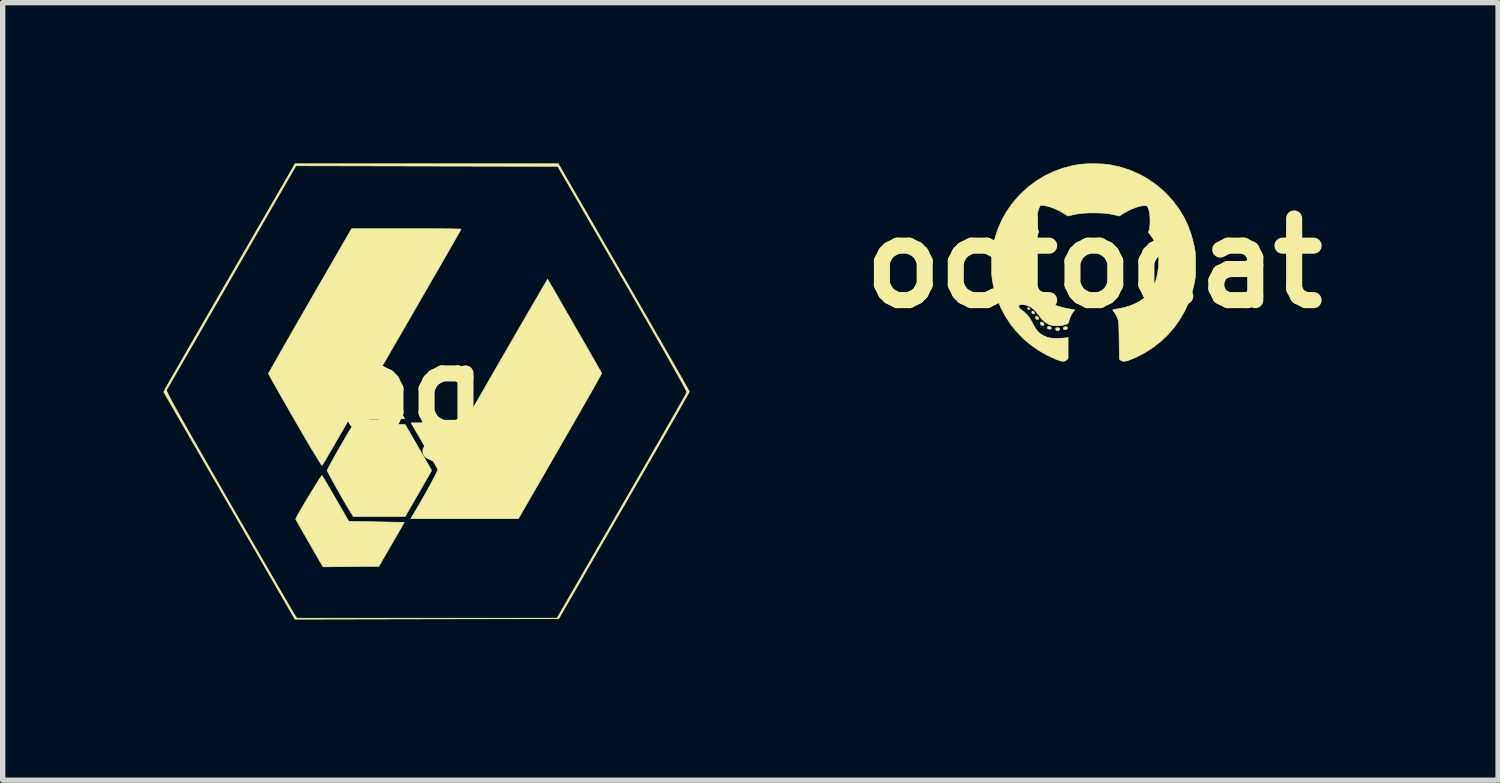
<source format=kicad_pcb>
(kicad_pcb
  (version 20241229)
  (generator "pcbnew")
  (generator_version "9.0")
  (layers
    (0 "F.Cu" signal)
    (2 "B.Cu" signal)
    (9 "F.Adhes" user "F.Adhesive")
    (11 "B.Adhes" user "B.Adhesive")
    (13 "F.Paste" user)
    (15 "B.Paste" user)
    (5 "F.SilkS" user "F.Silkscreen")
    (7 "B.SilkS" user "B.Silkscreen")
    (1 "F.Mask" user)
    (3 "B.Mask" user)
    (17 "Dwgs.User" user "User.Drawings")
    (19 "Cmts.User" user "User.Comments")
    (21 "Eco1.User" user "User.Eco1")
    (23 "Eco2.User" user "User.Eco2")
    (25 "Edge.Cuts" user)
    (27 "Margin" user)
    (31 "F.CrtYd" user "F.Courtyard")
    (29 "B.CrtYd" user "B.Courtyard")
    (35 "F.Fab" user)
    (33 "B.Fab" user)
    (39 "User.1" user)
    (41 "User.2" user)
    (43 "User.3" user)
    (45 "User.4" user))
  (footprint "logo"
    (layer "F.Cu")
    (at 4.91 4.245)
    (property "Reference" "logo" (at 0 0 0) (layer "F.SilkS") (effects (font (size 1.524 1.524) (thickness 0.3))))
    (attr through_hole)
    (fp_poly (pts (xy -0.152 1.055) (xy 0.096 1.485) (xy -0.4 2.345) (xy -1.367 2.345) (xy -1.413 2.271) (xy -1.451 2.209) (xy -1.5 2.127) (xy -1.555 2.033) (xy -1.613 1.93) (xy -1.672 1.826) (xy -1.728 1.726) (xy -1.777 1.636) (xy -1.818 1.562) (xy -1.845 1.51) (xy -1.856 1.484) (xy -1.856 1.483) (xy -1.847 1.461) (xy -1.821 1.412) (xy -1.782 1.34) (xy -1.733 1.251) (xy -1.678 1.152) (xy -1.618 1.048) (xy -1.559 0.945) (xy -1.503 0.848) (xy -1.453 0.764) (xy -1.413 0.699) (xy -1.413 0.699) (xy -1.367 0.625) (xy -0.4 0.625) (xy -0.152 1.055)) (stroke (width 0.01) (type solid)) (fill yes) (layer "F.SilkS"))
    (fp_poly (pts (xy -1.938 1.597) (xy -1.908 1.647) (xy -1.864 1.721) (xy -1.809 1.815) (xy -1.746 1.923) (xy -1.694 2.012) (xy -1.452 2.433) (xy -0.415 2.452) (xy -0.652 2.862) (xy -0.89 3.273) (xy -1.411 3.278) (xy -1.932 3.283) (xy -1.981 3.2) (xy -2.071 3.044) (xy -2.156 2.896) (xy -2.234 2.761) (xy -2.302 2.642) (xy -2.359 2.541) (xy -2.403 2.464) (xy -2.431 2.413) (xy -2.442 2.392) (xy -2.442 2.392) (xy -2.433 2.369) (xy -2.407 2.319) (xy -2.367 2.249) (xy -2.317 2.163) (xy -2.261 2.067) (xy -2.2 1.966) (xy -2.14 1.867) (xy -2.083 1.774) (xy -2.032 1.693) (xy -1.991 1.629) (xy -1.963 1.589) (xy -1.952 1.577) (xy -1.938 1.597)) (stroke (width 0.01) (type solid)) (fill yes) (layer "F.SilkS"))
    (fp_poly (pts (xy 2.27 -2.066) (xy 2.298 -2.017) (xy 2.342 -1.942) (xy 2.398 -1.846) (xy 2.464 -1.731) (xy 2.539 -1.601) (xy 2.62 -1.461) (xy 2.704 -1.315) (xy 2.79 -1.165) (xy 2.876 -1.017) (xy 2.958 -0.873) (xy 3.036 -0.739) (xy 3.106 -0.617) (xy 3.166 -0.512) (xy 3.214 -0.427) (xy 3.249 -0.366) (xy 3.267 -0.334) (xy 3.269 -0.33) (xy 3.26 -0.311) (xy 3.233 -0.262) (xy 3.189 -0.183) (xy 3.131 -0.079) (xy 3.058 0.049) (xy 2.973 0.198) (xy 2.877 0.366) (xy 2.772 0.549) (xy 2.659 0.746) (xy 2.539 0.953) (xy 2.494 1.033) (xy 1.714 2.384) (xy -0.296 2.384) (xy -0.258 2.32) (xy -0.184 2.197) (xy -0.11 2.07) (xy -0.038 1.943) (xy 0.029 1.823) (xy 0.09 1.712) (xy 0.141 1.616) (xy 0.179 1.54) (xy 0.203 1.489) (xy 0.209 1.467) (xy 0.197 1.442) (xy 0.168 1.388) (xy 0.125 1.311) (xy 0.07 1.215) (xy 0.007 1.105) (xy -0.045 1.016) (xy -0.289 0.596) (xy 0.212 0.59) (xy 0.713 0.585) (xy 1.484 -0.752) (xy 1.605 -0.961) (xy 1.72 -1.16) (xy 1.828 -1.347) (xy 1.927 -1.518) (xy 2.016 -1.672) (xy 2.094 -1.805) (xy 2.158 -1.915) (xy 2.208 -2) (xy 2.241 -2.057) (xy 2.257 -2.083) (xy 2.258 -2.085) (xy 2.27 -2.066)) (stroke (width 0.01) (type solid)) (fill yes) (layer "F.SilkS"))
    (fp_poly (pts (xy -0.181 -3.028) (xy 0.002 -3.028) (xy 0.17 -3.027) (xy 0.317 -3.026) (xy 0.442 -3.025) (xy 0.54 -3.023) (xy 0.608 -3.022) (xy 0.642 -3.02) (xy 0.645 -3.019) (xy 0.635 -3.001) (xy 0.608 -2.952) (xy 0.563 -2.874) (xy 0.504 -2.77) (xy 0.431 -2.643) (xy 0.346 -2.494) (xy 0.25 -2.327) (xy 0.144 -2.145) (xy 0.031 -1.949) (xy -0.088 -1.742) (xy -0.128 -1.673) (xy -0.9 -0.337) (xy -0.655 0.086) (xy -0.588 0.202) (xy -0.528 0.306) (xy -0.478 0.395) (xy -0.44 0.463) (xy -0.416 0.505) (xy -0.41 0.517) (xy -0.429 0.52) (xy -0.482 0.523) (xy -0.563 0.526) (xy -0.669 0.528) (xy -0.793 0.53) (xy -0.931 0.532) (xy -1.451 0.537) (xy -1.694 0.957) (xy -1.762 1.074) (xy -1.823 1.179) (xy -1.875 1.268) (xy -1.916 1.336) (xy -1.942 1.379) (xy -1.951 1.391) (xy -1.963 1.378) (xy -1.992 1.333) (xy -2.037 1.261) (xy -2.096 1.164) (xy -2.167 1.046) (xy -2.248 0.91) (xy -2.336 0.758) (xy -2.431 0.595) (xy -2.457 0.55) (xy -2.553 0.383) (xy -2.643 0.226) (xy -2.725 0.082) (xy -2.797 -0.045) (xy -2.858 -0.152) (xy -2.904 -0.236) (xy -2.936 -0.293) (xy -2.95 -0.321) (xy -2.95 -0.323) (xy -2.941 -0.342) (xy -2.913 -0.392) (xy -2.869 -0.471) (xy -2.809 -0.577) (xy -2.736 -0.705) (xy -2.651 -0.855) (xy -2.555 -1.023) (xy -2.45 -1.206) (xy -2.336 -1.403) (xy -2.217 -1.611) (xy -2.175 -1.684) (xy -1.399 -3.028) (xy -0.377 -3.028) (xy -0.181 -3.028)) (stroke (width 0.01) (type solid)) (fill yes) (layer "F.SilkS"))
    (fp_poly (pts (xy 3.681 -2.121) (xy 3.834 -1.856) (xy 3.981 -1.601) (xy 4.122 -1.356) (xy 4.255 -1.125) (xy 4.379 -0.91) (xy 4.493 -0.712) (xy 4.595 -0.533) (xy 4.685 -0.376) (xy 4.761 -0.243) (xy 4.822 -0.135) (xy 4.867 -0.055) (xy 4.895 -0.005) (xy 4.904 0.013) (xy 4.895 0.032) (xy 4.867 0.082) (xy 4.821 0.162) (xy 4.76 0.27) (xy 4.684 0.404) (xy 4.594 0.561) (xy 4.492 0.739) (xy 4.378 0.937) (xy 4.254 1.153) (xy 4.121 1.384) (xy 3.981 1.628) (xy 3.833 1.883) (xy 3.685 2.139) (xy 2.467 4.25) (xy 0.005 4.255) (xy -2.456 4.26) (xy -4.905 0.02) (xy -4.886 -0.018) (xy -4.852 -0.018) (xy -4.851 -0.005) (xy -4.84 0.022) (xy -4.82 0.066) (xy -4.788 0.128) (xy -4.744 0.21) (xy -4.689 0.312) (xy -4.619 0.436) (xy -4.536 0.585) (xy -4.438 0.758) (xy -4.324 0.958) (xy -4.193 1.186) (xy -4.045 1.444) (xy -3.879 1.732) (xy -3.694 2.053) (xy -3.694 2.054) (xy -3.543 2.315) (xy -3.397 2.568) (xy -3.257 2.81) (xy -3.124 3.039) (xy -3 3.254) (xy -2.886 3.451) (xy -2.783 3.629) (xy -2.692 3.785) (xy -2.615 3.917) (xy -2.553 4.024) (xy -2.507 4.103) (xy -2.479 4.152) (xy -2.469 4.167) (xy -2.422 4.24) (xy 2.435 4.24) (xy 3.642 2.149) (xy 3.794 1.885) (xy 3.941 1.63) (xy 4.081 1.387) (xy 4.213 1.157) (xy 4.337 0.942) (xy 4.45 0.744) (xy 4.552 0.566) (xy 4.641 0.41) (xy 4.716 0.277) (xy 4.777 0.17) (xy 4.822 0.091) (xy 4.849 0.041) (xy 4.857 0.024) (xy 4.849 0.003) (xy 4.821 -0.05) (xy 4.777 -0.134) (xy 4.715 -0.246) (xy 4.638 -0.384) (xy 4.546 -0.547) (xy 4.441 -0.733) (xy 4.323 -0.941) (xy 4.193 -1.167) (xy 4.053 -1.412) (xy 3.903 -1.672) (xy 3.745 -1.947) (xy 3.656 -2.1) (xy 2.447 -4.191) (xy 0.005 -4.196) (xy -2.438 -4.201) (xy -3.636 -2.125) (xy -3.787 -1.862) (xy -3.934 -1.608) (xy -4.074 -1.366) (xy -4.206 -1.137) (xy -4.329 -0.923) (xy -4.443 -0.727) (xy -4.545 -0.55) (xy -4.634 -0.395) (xy -4.71 -0.264) (xy -4.771 -0.158) (xy -4.816 -0.08) (xy -4.843 -0.033) (xy -4.852 -0.018) (xy -4.886 -0.018) (xy -4.861 -0.066) (xy -4.845 -0.093) (xy -4.812 -0.152) (xy -4.761 -0.241) (xy -4.694 -0.357) (xy -4.613 -0.498) (xy -4.519 -0.662) (xy -4.412 -0.847) (xy -4.295 -1.051) (xy -4.168 -1.271) (xy -4.033 -1.505) (xy -3.891 -1.751) (xy -3.743 -2.007) (xy -3.634 -2.195) (xy -2.453 -4.24) (xy 2.458 -4.24) (xy 3.681 -2.121)) (stroke (width 0.01) (type solid)) (fill yes) (layer "F.SilkS")))
  (footprint "octocat"
    (layer "F.Cu")
    (at 17.362 1.861)
    (property "Reference" "octocat" (at 0 0 0) (layer "F.SilkS") (effects (font (size 1.524 1.524) (thickness 0.3))))
    (attr through_hole)
    (fp_poly (pts (xy -1.203 0.834) (xy -1.193 0.849) (xy -1.193 0.853) (xy -1.199 0.866) (xy -1.214 0.866) (xy -1.23 0.858) (xy -1.241 0.846) (xy -1.238 0.836) (xy -1.236 0.833) (xy -1.22 0.828) (xy -1.203 0.834)) (stroke (width 0.01) (type solid)) (fill yes) (layer "F.SilkS"))
    (fp_poly (pts (xy -1.132 0.895) (xy -1.117 0.908) (xy -1.107 0.925) (xy -1.107 0.929) (xy -1.114 0.943) (xy -1.13 0.947) (xy -1.148 0.94) (xy -1.158 0.924) (xy -1.158 0.905) (xy -1.148 0.892) (xy -1.146 0.892) (xy -1.132 0.895)) (stroke (width 0.01) (type solid)) (fill yes) (layer "F.SilkS"))
    (fp_poly (pts (xy -1.054 0.995) (xy -1.038 1.011) (xy -1.029 1.029) (xy -1.029 1.043) (xy -1.044 1.051) (xy -1.064 1.05) (xy -1.078 1.041) (xy -1.088 1.023) (xy -1.088 1.004) (xy -1.079 0.991) (xy -1.071 0.989) (xy -1.054 0.995)) (stroke (width 0.01) (type solid)) (fill yes) (layer "F.SilkS"))
    (fp_poly (pts (xy -0.655 1.208) (xy -0.638 1.22) (xy -0.637 1.237) (xy -0.653 1.252) (xy -0.681 1.26) (xy -0.702 1.253) (xy -0.707 1.247) (xy -0.715 1.229) (xy -0.708 1.214) (xy -0.691 1.205) (xy -0.666 1.204) (xy -0.655 1.208)) (stroke (width 0.01) (type solid)) (fill yes) (layer "F.SilkS"))
    (fp_poly (pts (xy -0.818 1.185) (xy -0.8 1.197) (xy -0.791 1.213) (xy -0.792 1.219) (xy -0.803 1.228) (xy -0.824 1.232) (xy -0.846 1.229) (xy -0.861 1.221) (xy -0.869 1.201) (xy -0.861 1.186) (xy -0.841 1.179) (xy -0.84 1.179) (xy -0.818 1.185)) (stroke (width 0.01) (type solid)) (fill yes) (layer "F.SilkS"))
    (fp_poly (pts (xy -0.504 1.19) (xy -0.492 1.203) (xy -0.492 1.218) (xy -0.505 1.232) (xy -0.507 1.233) (xy -0.537 1.242) (xy -0.56 1.237) (xy -0.571 1.225) (xy -0.569 1.208) (xy -0.557 1.193) (xy -0.548 1.188) (xy -0.524 1.184) (xy -0.504 1.19)) (stroke (width 0.01) (type solid)) (fill yes) (layer "F.SilkS"))
    (fp_poly (pts (xy -0.956 1.104) (xy -0.939 1.119) (xy -0.929 1.137) (xy -0.93 1.152) (xy -0.944 1.16) (xy -0.965 1.16) (xy -0.984 1.153) (xy -0.987 1.15) (xy -0.996 1.133) (xy -0.998 1.119) (xy -0.994 1.102) (xy -0.978 1.098) (xy -0.975 1.098) (xy -0.956 1.104)) (stroke (width 0.01) (type solid)) (fill yes) (layer "F.SilkS"))
    (fp_poly (pts (xy 0.092 -1.854) (xy 0.175 -1.851) (xy 0.247 -1.844) (xy 0.294 -1.838) (xy 0.48 -1.798) (xy 0.659 -1.742) (xy 0.829 -1.67) (xy 0.991 -1.582) (xy 1.143 -1.479) (xy 1.287 -1.359) (xy 1.352 -1.297) (xy 1.476 -1.161) (xy 1.585 -1.016) (xy 1.678 -0.864) (xy 1.756 -0.702) (xy 1.818 -0.53) (xy 1.866 -0.348) (xy 1.884 -0.258) (xy 1.89 -0.219) (xy 1.894 -0.177) (xy 1.897 -0.129) (xy 1.899 -0.07) (xy 1.899 0.002) (xy 1.899 0.041) (xy 1.899 0.111) (xy 1.898 0.167) (xy 1.896 0.213) (xy 1.894 0.252) (xy 1.889 0.288) (xy 1.884 0.326) (xy 1.876 0.368) (xy 1.875 0.374) (xy 1.831 0.555) (xy 1.77 0.729) (xy 1.695 0.895) (xy 1.604 1.051) (xy 1.5 1.198) (xy 1.382 1.334) (xy 1.251 1.459) (xy 1.109 1.571) (xy 0.956 1.669) (xy 0.793 1.754) (xy 0.678 1.802) (xy 0.622 1.821) (xy 0.578 1.83) (xy 0.544 1.83) (xy 0.516 1.821) (xy 0.502 1.811) (xy 0.476 1.789) (xy 0.471 1.445) (xy 0.47 1.355) (xy 0.468 1.28) (xy 0.467 1.22) (xy 0.465 1.173) (xy 0.463 1.135) (xy 0.46 1.106) (xy 0.457 1.084) (xy 0.454 1.066) (xy 0.45 1.052) (xy 0.425 0.988) (xy 0.397 0.936) (xy 0.371 0.903) (xy 0.358 0.887) (xy 0.352 0.877) (xy 0.355 0.87) (xy 0.37 0.864) (xy 0.398 0.859) (xy 0.44 0.853) (xy 0.564 0.829) (xy 0.679 0.794) (xy 0.784 0.75) (xy 0.877 0.697) (xy 0.955 0.635) (xy 0.956 0.634) (xy 1.026 0.561) (xy 1.083 0.482) (xy 1.129 0.396) (xy 1.164 0.299) (xy 1.189 0.191) (xy 1.206 0.069) (xy 1.207 0.055) (xy 1.212 -0.066) (xy 1.204 -0.176) (xy 1.183 -0.278) (xy 1.148 -0.373) (xy 1.098 -0.465) (xy 1.057 -0.524) (xy 1.017 -0.577) (xy 1.032 -0.617) (xy 1.04 -0.65) (xy 1.045 -0.696) (xy 1.048 -0.751) (xy 1.048 -0.809) (xy 1.046 -0.867) (xy 1.041 -0.92) (xy 1.034 -0.963) (xy 1.032 -0.97) (xy 1.019 -1.014) (xy 1.008 -1.044) (xy 0.997 -1.062) (xy 0.982 -1.071) (xy 0.961 -1.073) (xy 0.932 -1.073) (xy 0.869 -1.065) (xy 0.797 -1.045) (xy 0.717 -1.015) (xy 0.633 -0.974) (xy 0.547 -0.926) (xy 0.529 -0.915) (xy 0.473 -0.879) (xy 0.42 -0.893) (xy 0.351 -0.909) (xy 0.283 -0.921) (xy 0.213 -0.93) (xy 0.136 -0.935) (xy 0.048 -0.937) (xy -0.005 -0.938) (xy -0.1 -0.937) (xy -0.183 -0.933) (xy -0.256 -0.926) (xy -0.324 -0.916) (xy -0.392 -0.902) (xy -0.429 -0.893) (xy -0.482 -0.879) (xy -0.539 -0.915) (xy -0.626 -0.966) (xy -0.714 -1.009) (xy -0.798 -1.043) (xy -0.877 -1.065) (xy -0.935 -1.076) (xy -0.966 -1.078) (xy -0.988 -1.077) (xy -1.003 -1.068) (xy -1.015 -1.049) (xy -1.026 -1.018) (xy -1.036 -0.989) (xy -1.044 -0.958) (xy -1.05 -0.93) (xy -1.054 -0.899) (xy -1.056 -0.86) (xy -1.056 -0.81) (xy -1.056 -0.789) (xy -1.056 -0.729) (xy -1.053 -0.684) (xy -1.049 -0.65) (xy -1.043 -0.624) (xy -1.041 -0.617) (xy -1.026 -0.577) (xy -1.066 -0.524) (xy -1.126 -0.434) (xy -1.171 -0.341) (xy -1.201 -0.244) (xy -1.218 -0.14) (xy -1.221 -0.027) (xy -1.216 0.055) (xy -1.198 0.191) (xy -1.167 0.314) (xy -1.123 0.424) (xy -1.067 0.521) (xy -0.998 0.606) (xy -0.915 0.679) (xy -0.819 0.739) (xy -0.709 0.789) (xy -0.585 0.827) (xy -0.481 0.848) (xy -0.441 0.855) (xy -0.406 0.861) (xy -0.381 0.866) (xy -0.374 0.867) (xy -0.353 0.871) (xy -0.377 0.896) (xy -0.4 0.926) (xy -0.423 0.968) (xy -0.444 1.015) (xy -0.46 1.062) (xy -0.464 1.076) (xy -0.471 1.105) (xy -0.481 1.122) (xy -0.497 1.133) (xy -0.507 1.137) (xy -0.577 1.158) (xy -0.652 1.169) (xy -0.726 1.169) (xy -0.795 1.158) (xy -0.845 1.141) (xy -0.91 1.101) (xy -0.972 1.044) (xy -1.025 0.975) (xy -1.076 0.909) (xy -1.131 0.854) (xy -1.188 0.814) (xy -1.211 0.802) (xy -1.254 0.786) (xy -1.298 0.776) (xy -1.338 0.773) (xy -1.371 0.776) (xy -1.395 0.786) (xy -1.406 0.802) (xy -1.406 0.805) (xy -1.398 0.824) (xy -1.376 0.85) (xy -1.34 0.88) (xy -1.303 0.908) (xy -1.254 0.952) (xy -1.205 1.013) (xy -1.158 1.091) (xy -1.133 1.14) (xy -1.092 1.214) (xy -1.047 1.273) (xy -0.995 1.32) (xy -0.933 1.356) (xy -0.872 1.381) (xy -0.842 1.39) (xy -0.813 1.396) (xy -0.78 1.399) (xy -0.737 1.401) (xy -0.694 1.401) (xy -0.644 1.401) (xy -0.597 1.399) (xy -0.556 1.397) (xy -0.528 1.394) (xy -0.481 1.387) (xy -0.481 1.779) (xy -0.507 1.806) (xy -0.531 1.823) (xy -0.558 1.831) (xy -0.594 1.83) (xy -0.638 1.819) (xy -0.696 1.798) (xy -0.699 1.797) (xy -0.871 1.719) (xy -1.032 1.627) (xy -1.182 1.522) (xy -1.321 1.404) (xy -1.446 1.274) (xy -1.558 1.133) (xy -1.657 0.981) (xy -1.741 0.82) (xy -1.809 0.65) (xy -1.862 0.472) (xy -1.884 0.374) (xy -1.892 0.331) (xy -1.898 0.293) (xy -1.902 0.257) (xy -1.905 0.219) (xy -1.907 0.174) (xy -1.908 0.12) (xy -1.908 0.052) (xy -1.908 0.041) (xy -1.908 -0.039) (xy -1.907 -0.103) (xy -1.905 -0.156) (xy -1.901 -0.201) (xy -1.896 -0.241) (xy -1.893 -0.258) (xy -1.852 -0.445) (xy -1.796 -0.622) (xy -1.725 -0.789) (xy -1.639 -0.947) (xy -1.537 -1.095) (xy -1.42 -1.236) (xy -1.361 -1.297) (xy -1.222 -1.424) (xy -1.073 -1.535) (xy -0.916 -1.631) (xy -0.75 -1.71) (xy -0.575 -1.774) (xy -0.392 -1.822) (xy -0.303 -1.838) (xy -0.241 -1.846) (xy -0.167 -1.852) (xy -0.083 -1.855) (xy 0.005 -1.856) (xy 0.092 -1.854)) (stroke (width 0.01) (type solid)) (fill yes) (layer "F.SilkS")))
  (gr_rect
    (start -3 -3)
    (end 24.905 11.509)
    (stroke (width 0.1) (type default))
    (fill no)
    (layer "Edge.Cuts")))
</source>
